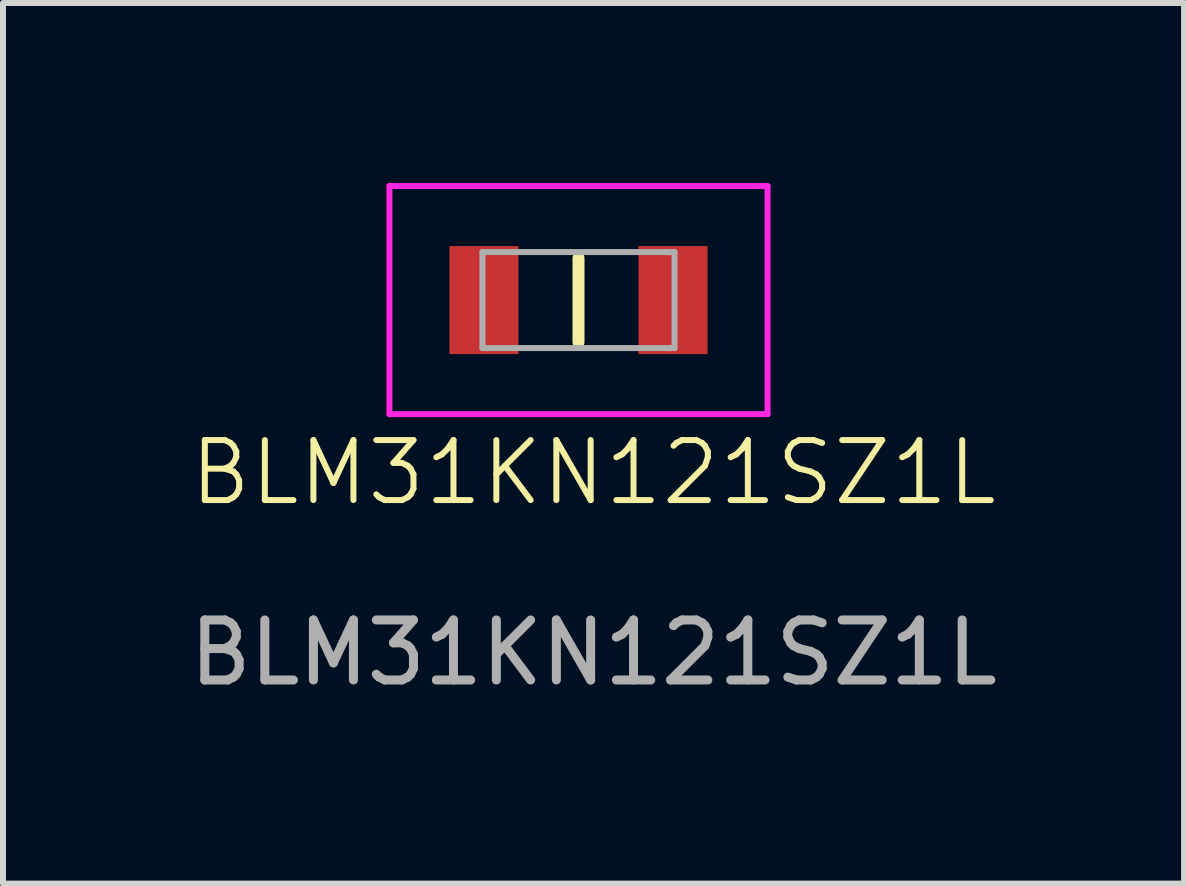
<source format=kicad_pcb>
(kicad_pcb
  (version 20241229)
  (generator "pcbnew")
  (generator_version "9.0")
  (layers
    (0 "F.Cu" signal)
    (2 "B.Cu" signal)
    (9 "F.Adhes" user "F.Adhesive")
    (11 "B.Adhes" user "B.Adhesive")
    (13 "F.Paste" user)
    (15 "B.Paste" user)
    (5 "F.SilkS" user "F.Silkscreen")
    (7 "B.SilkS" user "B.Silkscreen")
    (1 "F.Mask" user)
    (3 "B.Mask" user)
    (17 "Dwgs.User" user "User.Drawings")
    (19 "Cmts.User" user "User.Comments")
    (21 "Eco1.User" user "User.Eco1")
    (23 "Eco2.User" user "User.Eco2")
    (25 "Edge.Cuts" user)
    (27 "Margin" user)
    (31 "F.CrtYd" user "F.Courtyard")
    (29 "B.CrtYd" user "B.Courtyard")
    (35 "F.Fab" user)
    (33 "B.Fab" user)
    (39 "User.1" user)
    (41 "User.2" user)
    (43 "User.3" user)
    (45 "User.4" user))
  (footprint "BLM31KN121SZ1L"
    (layer "F.Cu")
    (at 6.839 5.325)
    (property "Reference" "BLM31KN121SZ1L" (at 0 -0.5 0) (unlocked yes) (layer "F.SilkS") (effects (font (size 1 1) (thickness 0.1))))
    (attr smd)
    (fp_line (start -0.25 -4.075) (end -0.25 -2.675) (stroke (width 0.2) (type solid)) (layer "F.SilkS"))
    (fp_line (start -3.4 -5.275) (end 2.9 -5.275) (stroke (width 0.1) (type solid)) (layer "F.CrtYd"))
    (fp_line (start -3.4 -1.475) (end -3.4 -5.275) (stroke (width 0.1) (type solid)) (layer "F.CrtYd"))
    (fp_line (start 2.9 -5.275) (end 2.9 -1.475) (stroke (width 0.1) (type solid)) (layer "F.CrtYd"))
    (fp_line (start 2.9 -1.475) (end -3.4 -1.475) (stroke (width 0.1) (type solid)) (layer "F.CrtYd"))
    (fp_line (start -1.85 -4.175) (end 1.35 -4.175) (stroke (width 0.1) (type solid)) (layer "F.Fab"))
    (fp_line (start -1.85 -2.575) (end -1.85 -4.175) (stroke (width 0.1) (type solid)) (layer "F.Fab"))
    (fp_line (start 1.35 -4.175) (end 1.35 -2.575) (stroke (width 0.1) (type solid)) (layer "F.Fab"))
    (fp_line (start 1.35 -2.575) (end -1.85 -2.575) (stroke (width 0.1) (type solid)) (layer "F.Fab"))
    (fp_text user "${REFERENCE}" (at 0 2.5 0) (unlocked yes) (layer "F.Fab") (effects (font (size 1 1) (thickness 0.15))))
    (pad "1" smd rect (at -1.825 -3.375) (size 1.15 1.8) (layers "F.Cu" "F.Mask" "F.Paste"))
    (pad "2" smd rect (at 1.325 -3.375) (size 1.15 1.8) (layers "F.Cu" "F.Mask" "F.Paste")))
  (gr_rect
    (start -3 -3)
    (end 16.679 11.673)
    (stroke (width 0.1) (type default))
    (fill no)
    (layer "Edge.Cuts")))
</source>
